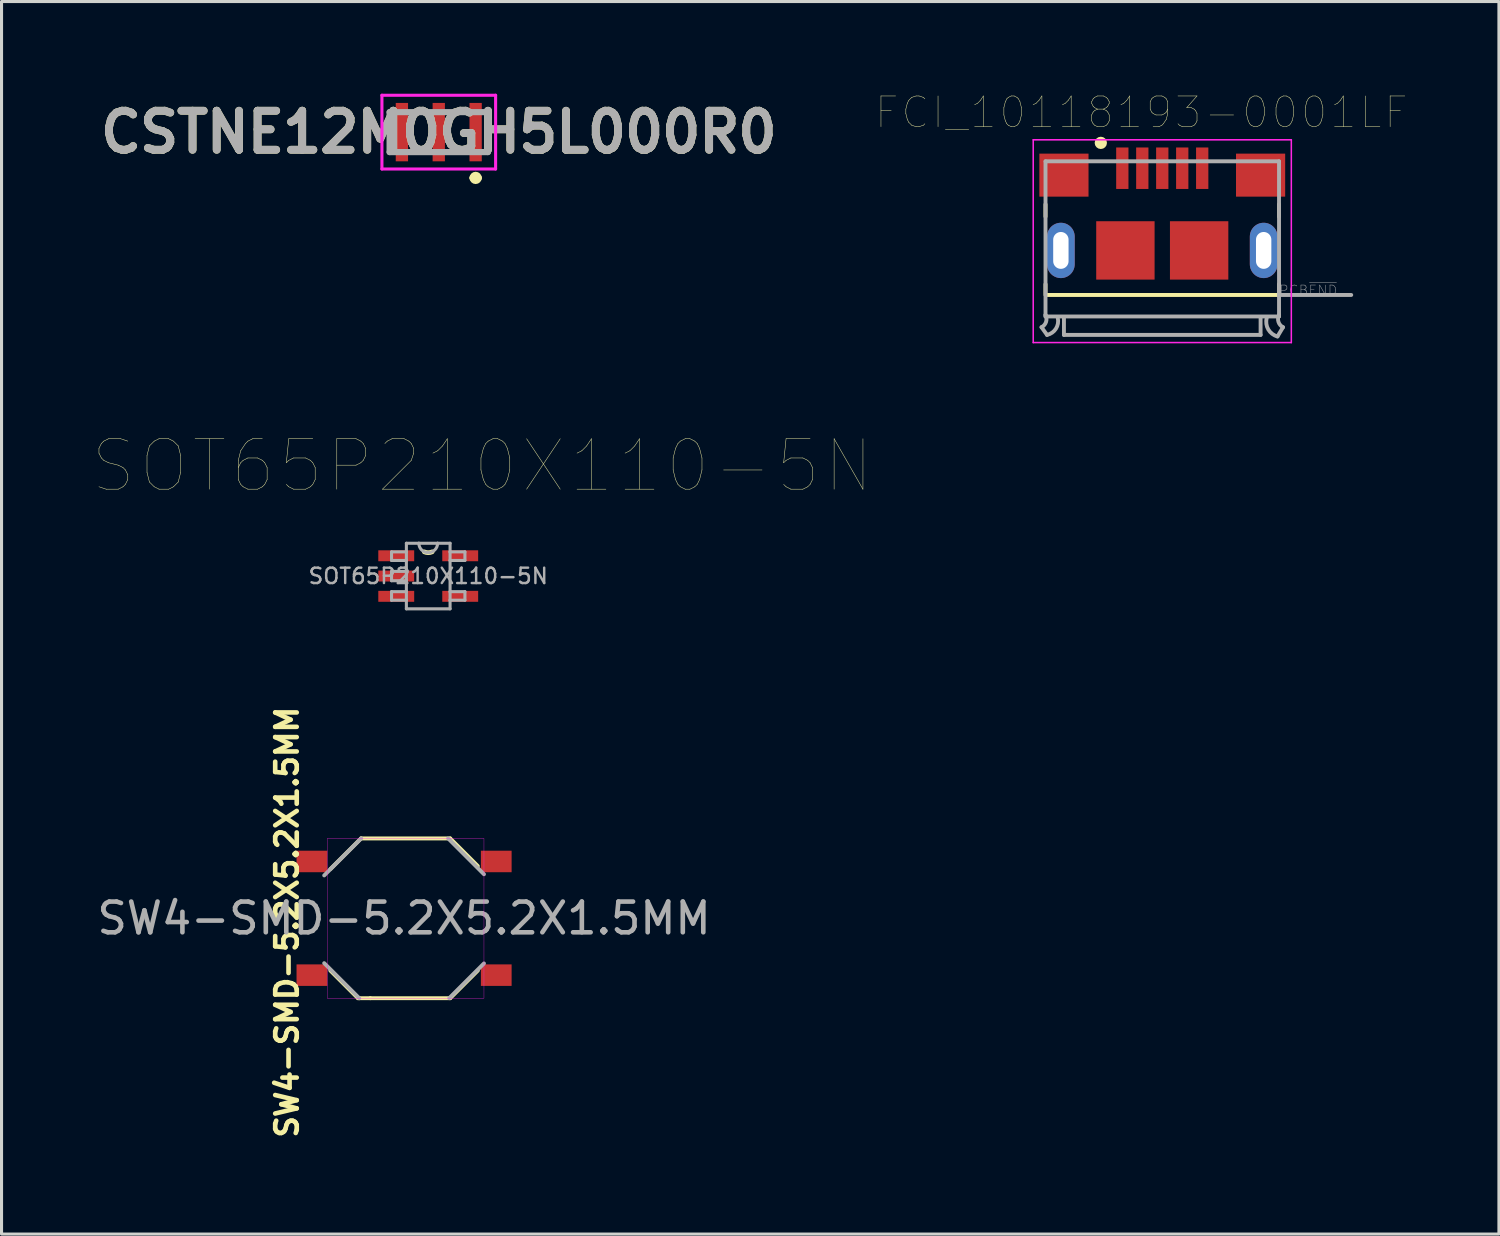
<source format=kicad_pcb>
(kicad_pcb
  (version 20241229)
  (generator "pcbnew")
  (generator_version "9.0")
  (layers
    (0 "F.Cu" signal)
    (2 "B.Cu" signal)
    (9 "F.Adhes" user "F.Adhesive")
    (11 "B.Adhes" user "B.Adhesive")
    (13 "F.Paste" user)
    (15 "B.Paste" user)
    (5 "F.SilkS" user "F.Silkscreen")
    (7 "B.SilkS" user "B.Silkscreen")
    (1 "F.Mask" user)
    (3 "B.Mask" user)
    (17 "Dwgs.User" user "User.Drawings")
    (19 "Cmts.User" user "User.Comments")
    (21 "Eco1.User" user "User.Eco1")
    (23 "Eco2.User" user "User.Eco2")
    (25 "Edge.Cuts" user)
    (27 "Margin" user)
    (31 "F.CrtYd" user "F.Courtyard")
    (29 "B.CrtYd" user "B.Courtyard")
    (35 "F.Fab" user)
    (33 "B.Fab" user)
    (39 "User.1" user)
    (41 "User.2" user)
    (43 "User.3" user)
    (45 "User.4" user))
  (footprint "SOT65P210X110-5N"
    (layer "F.Cu")
    (at 10.887 15.698)
    (property "Reference" "SOT65P210X110-5N" (at 1.755 -3.586 0) (layer "F.SilkS") (effects (font (size 1.642 1.642) (thickness 0.015))))
    (attr smd)
    (fp_arc (start 0.127 -0.7874) (mid 0 -0.759826) (end -0.127 -0.7874) (stroke (width 0.1524) (type solid)) (layer "F.SilkS"))
    (fp_line (start -1.194 -0.787) (end -1.194 -0.508) (stroke (width 0.1) (type solid)) (layer "F.Fab"))
    (fp_line (start -1.194 -0.508) (end -0.711 -0.508) (stroke (width 0.1) (type solid)) (layer "F.Fab"))
    (fp_line (start -1.194 -0.152) (end -1.194 0.152) (stroke (width 0.1) (type solid)) (layer "F.Fab"))
    (fp_line (start -1.194 0.152) (end -0.711 0.152) (stroke (width 0.1) (type solid)) (layer "F.Fab"))
    (fp_line (start -1.194 0.508) (end -1.194 0.787) (stroke (width 0.1) (type solid)) (layer "F.Fab"))
    (fp_line (start -1.194 0.787) (end -0.711 0.787) (stroke (width 0.1) (type solid)) (layer "F.Fab"))
    (fp_line (start -0.711 -1.067) (end -0.711 -0.787) (stroke (width 0.1) (type solid)) (layer "F.Fab"))
    (fp_line (start -0.711 -0.787) (end -1.194 -0.787) (stroke (width 0.1) (type solid)) (layer "F.Fab"))
    (fp_line (start -0.711 -0.787) (end -0.711 -0.508) (stroke (width 0.1) (type solid)) (layer "F.Fab"))
    (fp_line (start -0.711 -0.508) (end -0.711 -0.152) (stroke (width 0.1) (type solid)) (layer "F.Fab"))
    (fp_line (start -0.711 -0.152) (end -1.194 -0.152) (stroke (width 0.1) (type solid)) (layer "F.Fab"))
    (fp_line (start -0.711 -0.152) (end -0.711 0.152) (stroke (width 0.1) (type solid)) (layer "F.Fab"))
    (fp_line (start -0.711 0.152) (end -0.711 0.508) (stroke (width 0.1) (type solid)) (layer "F.Fab"))
    (fp_line (start -0.711 0.508) (end -1.194 0.508) (stroke (width 0.1) (type solid)) (layer "F.Fab"))
    (fp_line (start -0.711 0.787) (end -0.711 0.508) (stroke (width 0.1) (type solid)) (layer "F.Fab"))
    (fp_line (start -0.711 1.067) (end -0.711 0.787) (stroke (width 0.1) (type solid)) (layer "F.Fab"))
    (fp_line (start -0.711 1.067) (end 0.711 1.067) (stroke (width 0.1) (type solid)) (layer "F.Fab"))
    (fp_line (start -0.305 -1.067) (end -0.711 -1.067) (stroke (width 0.1) (type solid)) (layer "F.Fab"))
    (fp_line (start 0.305 -1.067) (end -0.305 -1.067) (stroke (width 0.1) (type solid)) (layer "F.Fab"))
    (fp_line (start 0.711 -1.067) (end 0.305 -1.067) (stroke (width 0.1) (type solid)) (layer "F.Fab"))
    (fp_line (start 0.711 -1.067) (end 0.711 -0.787) (stroke (width 0.1) (type solid)) (layer "F.Fab"))
    (fp_line (start 0.711 -0.787) (end 0.711 -0.508) (stroke (width 0.1) (type solid)) (layer "F.Fab"))
    (fp_line (start 0.711 -0.508) (end 1.194 -0.508) (stroke (width 0.1) (type solid)) (layer "F.Fab"))
    (fp_line (start 0.711 0.508) (end 0.711 -0.508) (stroke (width 0.1) (type solid)) (layer "F.Fab"))
    (fp_line (start 0.711 0.787) (end 0.711 0.508) (stroke (width 0.1) (type solid)) (layer "F.Fab"))
    (fp_line (start 0.711 0.787) (end 1.194 0.787) (stroke (width 0.1) (type solid)) (layer "F.Fab"))
    (fp_line (start 0.711 1.067) (end 0.711 0.787) (stroke (width 0.1) (type solid)) (layer "F.Fab"))
    (fp_line (start 1.194 -0.787) (end 0.711 -0.787) (stroke (width 0.1) (type solid)) (layer "F.Fab"))
    (fp_line (start 1.194 -0.508) (end 1.194 -0.787) (stroke (width 0.1) (type solid)) (layer "F.Fab"))
    (fp_line (start 1.194 0.508) (end 0.711 0.508) (stroke (width 0.1) (type solid)) (layer "F.Fab"))
    (fp_line (start 1.194 0.787) (end 1.194 0.508) (stroke (width 0.1) (type solid)) (layer "F.Fab"))
    (fp_arc (start 0.3048 -1.0668) (mid 0 -0.762) (end -0.3048 -1.0668) (stroke (width 0.1) (type solid)) (layer "F.Fab"))
    (fp_text user "${REFERENCE}" (at 0 0 0) (layer "F.Fab") (effects (font (size 0.5 0.5) (thickness 0.08))))
    (pad "1" smd rect (at -1.041 -0.66) (size 1.168 0.356) (layers "F.Cu" "F.Mask" "F.Paste"))
    (pad "2" smd rect (at -1.041 0) (size 1.168 0.356) (layers "F.Cu" "F.Mask" "F.Paste"))
    (pad "3" smd rect (at -1.041 0.66) (size 1.168 0.356) (layers "F.Cu" "F.Mask" "F.Paste"))
    (pad "4" smd rect (at 1.041 0.66) (size 1.168 0.356) (layers "F.Cu" "F.Mask" "F.Paste"))
    (pad "5" smd rect (at 1.041 -0.66) (size 1.168 0.356) (layers "F.Cu" "F.Mask" "F.Paste")))
  (footprint "FCI_10118193-0001LF"
    (layer "F.Cu")
    (at 34.777 5.1)
    (property "Reference" "FCI_10118193-0001LF" (at -0.679 -4.489 0) (layer "F.SilkS") (effects (font (size 1 1) (thickness 0.015))))
    (fp_line (start -3.8 -1.5) (end -3.8 -1.1) (stroke (width 0.127) (type solid)) (layer "F.SilkS"))
    (fp_line (start -3.8 1.1) (end -3.8 1.4) (stroke (width 0.127) (type solid)) (layer "F.SilkS"))
    (fp_line (start -3.8 1.45) (end 3.8 1.45) (stroke (width 0.127) (type solid)) (layer "F.SilkS"))
    (fp_line (start 3.8 -1.1) (end 3.8 -1.5) (stroke (width 0.127) (type solid)) (layer "F.SilkS"))
    (fp_line (start 3.8 1.1) (end 3.8 1.4) (stroke (width 0.127) (type solid)) (layer "F.SilkS"))
    (fp_circle (center -2 -3.5) (end -1.9 -3.5) (stroke (width 0.2) (type solid)) (fill no) (layer "F.SilkS"))
    (fp_line (start -4.2 -3.6) (end -4.2 3) (stroke (width 0.05) (type solid)) (layer "F.CrtYd"))
    (fp_line (start -4.2 3) (end 4.2 3) (stroke (width 0.05) (type solid)) (layer "F.CrtYd"))
    (fp_line (start 4.2 -3.6) (end -4.2 -3.6) (stroke (width 0.05) (type solid)) (layer "F.CrtYd"))
    (fp_line (start 4.2 3) (end 4.2 -3.6) (stroke (width 0.05) (type solid)) (layer "F.CrtYd"))
    (fp_line (start -3.93 2.5) (end -3.75 2.75) (stroke (width 0.127) (type solid)) (layer "F.Fab"))
    (fp_line (start -3.8 -2.9) (end 3.8 -2.9) (stroke (width 0.127) (type solid)) (layer "F.Fab"))
    (fp_line (start -3.8 2.1) (end -3.8 -2.9) (stroke (width 0.127) (type solid)) (layer "F.Fab"))
    (fp_line (start -3.8 2.15) (end -3.8 2.1) (stroke (width 0.127) (type solid)) (layer "F.Fab"))
    (fp_line (start -3.2 2.2) (end -3.2 2.75) (stroke (width 0.127) (type solid)) (layer "F.Fab"))
    (fp_line (start -3.2 2.75) (end 3.2 2.75) (stroke (width 0.127) (type solid)) (layer "F.Fab"))
    (fp_line (start 3.2 2.75) (end 3.2 2.2) (stroke (width 0.127) (type solid)) (layer "F.Fab"))
    (fp_line (start 3.8 -2.9) (end 3.8 1.45) (stroke (width 0.127) (type solid)) (layer "F.Fab"))
    (fp_line (start 3.8 1.45) (end 3.8 2.15) (stroke (width 0.127) (type solid)) (layer "F.Fab"))
    (fp_line (start 3.8 1.45) (end 6.15 1.45) (stroke (width 0.127) (type solid)) (layer "F.Fab"))
    (fp_line (start 3.8 2.15) (end -3.8 2.15) (stroke (width 0.127) (type solid)) (layer "F.Fab"))
    (fp_line (start 3.93 2.5) (end 3.75 2.8) (stroke (width 0.127) (type solid)) (layer "F.Fab"))
    (fp_arc (start -3.8 2.1) (mid -3.782157 2.326924) (end -3.93 2.5) (stroke (width 0.127) (type solid)) (layer "F.Fab"))
    (fp_arc (start -3.4 2.2) (mid -3.461091 2.547487) (end -3.75 2.75) (stroke (width 0.127) (type solid)) (layer "F.Fab"))
    (fp_arc (start 3.75 2.8) (mid 3.450736 2.572487) (end 3.4 2.2) (stroke (width 0.127) (type solid)) (layer "F.Fab"))
    (fp_arc (start 3.93 2.5) (mid 3.782157 2.326924) (end 3.8 2.1) (stroke (width 0.127) (type solid)) (layer "F.Fab"))
    (fp_text user "PCB~{END}" (at 4.75 1.3 0) (layer "F.Fab") (effects (font (size 0.32 0.32) (thickness 0.015))))
    (pad "1" smd rect (at -1.3 -2.675) (size 0.4 1.35) (layers "F.Cu" "F.Mask" "F.Paste"))
    (pad "2" smd rect (at -0.65 -2.675) (size 0.4 1.35) (layers "F.Cu" "F.Mask" "F.Paste"))
    (pad "3" smd rect (at 0 -2.675) (size 0.4 1.35) (layers "F.Cu" "F.Mask" "F.Paste"))
    (pad "4" smd rect (at 0.65 -2.675) (size 0.4 1.35) (layers "F.Cu" "F.Mask" "F.Paste"))
    (pad "5" smd rect (at 1.3 -2.675) (size 0.4 1.35) (layers "F.Cu" "F.Mask" "F.Paste"))
    (pad "6" smd rect (at -3.2 -2.45) (size 1.6 1.4) (layers "F.Cu" "F.Mask" "F.Paste"))
    (pad "S2" smd rect (at 3.2 -2.45) (size 1.6 1.4) (layers "F.Cu" "F.Mask" "F.Paste"))
    (pad "S3" smd rect (at 1.2 0) (size 1.9 1.9) (layers "F.Cu" "F.Mask" "F.Paste"))
    (pad "S4" smd rect (at -1.2 0) (size 1.9 1.9) (layers "F.Cu" "F.Mask" "F.Paste"))
    (pad "S5" thru_hole oval (at -3.3 0) (size 0.9 1.8) (drill oval 0.5 1.2) (layers "*.Cu" "*.Mask"))
    (pad "S6" thru_hole oval (at 3.3 0) (size 0.9 1.8) (drill oval 0.5 1.2) (layers "*.Cu" "*.Mask")))
  (footprint "SW4-SMD-5.2X5.2X1.5MM"
    (layer "F.Cu")
    (at 10.101 26.837)
    (property "Reference" "SW4-SMD-5.2X5.2X1.5MM" (at -3.81 0.127 270) (layer "F.SilkS") (effects (font (size 0.701 0.701) (thickness 0.15))))
    (attr smd)
    (fp_line (start -1.5 2.6) (end -2.4 1.7) (stroke (width 0.127) (type solid)) (layer "F.SilkS"))
    (fp_line (start -1.46 2.6) (end -1.5 2.6) (stroke (width 0.127) (type solid)) (layer "F.SilkS"))
    (fp_line (start -1.4 -2.6) (end -2.4 -1.6) (stroke (width 0.127) (type solid)) (layer "F.SilkS"))
    (fp_line (start -1.4 -2.6) (end 1.5 -2.6) (stroke (width 0.127) (type solid)) (layer "F.SilkS"))
    (fp_line (start -1.1 2.6) (end -1.46 2.6) (stroke (width 0.127) (type solid)) (layer "F.SilkS"))
    (fp_line (start 1.5 -2.6) (end 2.4 -1.7) (stroke (width 0.127) (type solid)) (layer "F.SilkS"))
    (fp_line (start 1.5 2.6) (end -1.1 2.6) (stroke (width 0.127) (type solid)) (layer "F.SilkS"))
    (fp_line (start 1.5 2.6) (end 2.4 1.7) (stroke (width 0.127) (type solid)) (layer "F.SilkS"))
    (fp_poly (pts (xy -2.501 -2.6) (xy 2.6 -2.6) (xy 2.6 2.601) (xy -2.501 2.601)) (stroke (width 0.01) (type solid)) (fill no) (layer "F.CrtYd"))
    (fp_line (start -2.6 -1.396) (end -1.396 -2.6) (stroke (width 0.127) (type solid)) (layer "F.Fab"))
    (fp_line (start -1.46 2.6) (end -2.6 1.46) (stroke (width 0.127) (type solid)) (layer "F.Fab"))
    (fp_line (start 1.434 -2.6) (end 2.6 -1.434) (stroke (width 0.127) (type solid)) (layer "F.Fab"))
    (fp_line (start 2.6 1.469) (end 1.469 2.6) (stroke (width 0.127) (type solid)) (layer "F.Fab"))
    (fp_text user "${REFERENCE}" (at 0 0 0) (layer "F.Fab") (effects (font (size 1 1) (thickness 0.15))))
    (pad "1" smd rect (at -3 1.85) (size 1 0.7) (layers "F.Cu" "F.Mask" "F.Paste"))
    (pad "1" smd rect (at 3 1.85) (size 1 0.7) (layers "F.Cu" "F.Mask" "F.Paste"))
    (pad "2" smd rect (at -3 -1.85) (size 1 0.7) (layers "F.Cu" "F.Mask" "F.Paste"))
    (pad "2" smd rect (at 3 -1.85) (size 1 0.7) (layers "F.Cu" "F.Mask" "F.Paste")))
  (footprint "CSTNE12M0GH5L000R0"
    (layer "F.Cu")
    (at 11.23 1.25)
    (property "Reference" "CSTNE12M0GH5L000R0" (at 0 0 0) (layer "F.SilkS") (effects (font (size 1.27 1.27) (thickness 0.254))))
    (attr smd)
    (fp_line (start -1.6 -0.65) (end -1.6 0.65) (stroke (width 0.1) (type solid)) (layer "F.SilkS"))
    (fp_line (start 1.1 1.49) (end 1.1 1.49) (stroke (width 0.2) (type solid)) (layer "F.SilkS"))
    (fp_line (start 1.3 1.49) (end 1.3 1.49) (stroke (width 0.2) (type solid)) (layer "F.SilkS"))
    (fp_line (start 1.6 -0.65) (end 1.6 0.65) (stroke (width 0.1) (type solid)) (layer "F.SilkS"))
    (fp_arc (start 1.1 1.49) (mid 1.2 1.39) (end 1.3 1.49) (stroke (width 0.2) (type solid)) (layer "F.SilkS"))
    (fp_arc (start 1.3 1.49) (mid 1.2 1.59) (end 1.1 1.49) (stroke (width 0.2) (type solid)) (layer "F.SilkS"))
    (fp_line (start -1.85 -1.2) (end 1.85 -1.2) (stroke (width 0.1) (type solid)) (layer "F.CrtYd"))
    (fp_line (start -1.85 1.2) (end -1.85 -1.2) (stroke (width 0.1) (type solid)) (layer "F.CrtYd"))
    (fp_line (start 1.85 -1.2) (end 1.85 1.2) (stroke (width 0.1) (type solid)) (layer "F.CrtYd"))
    (fp_line (start 1.85 1.2) (end -1.85 1.2) (stroke (width 0.1) (type solid)) (layer "F.CrtYd"))
    (fp_line (start -1.6 -0.65) (end 1.6 -0.65) (stroke (width 0.2) (type solid)) (layer "F.Fab"))
    (fp_line (start -1.6 0.65) (end -1.6 -0.65) (stroke (width 0.2) (type solid)) (layer "F.Fab"))
    (fp_line (start 1.6 -0.65) (end 1.6 0.65) (stroke (width 0.2) (type solid)) (layer "F.Fab"))
    (fp_line (start 1.6 0.65) (end -1.6 0.65) (stroke (width 0.2) (type solid)) (layer "F.Fab"))
    (fp_text user "${REFERENCE}" (at 0 0 0) (layer "F.Fab") (effects (font (size 1.27 1.27) (thickness 0.254))))
    (pad "1" smd rect (at 1.2 0) (size 0.4 1.9) (layers "F.Cu" "F.Mask" "F.Paste"))
    (pad "2" smd rect (at 0 0) (size 0.4 1.9) (layers "F.Cu" "F.Mask" "F.Paste"))
    (pad "3" smd rect (at -1.2 0) (size 0.4 1.9) (layers "F.Cu" "F.Mask" "F.Paste")))
  (gr_rect
    (start -3 -3)
    (end 45.734 37.113)
    (stroke (width 0.1) (type default))
    (fill no)
    (layer "Edge.Cuts")))
</source>
